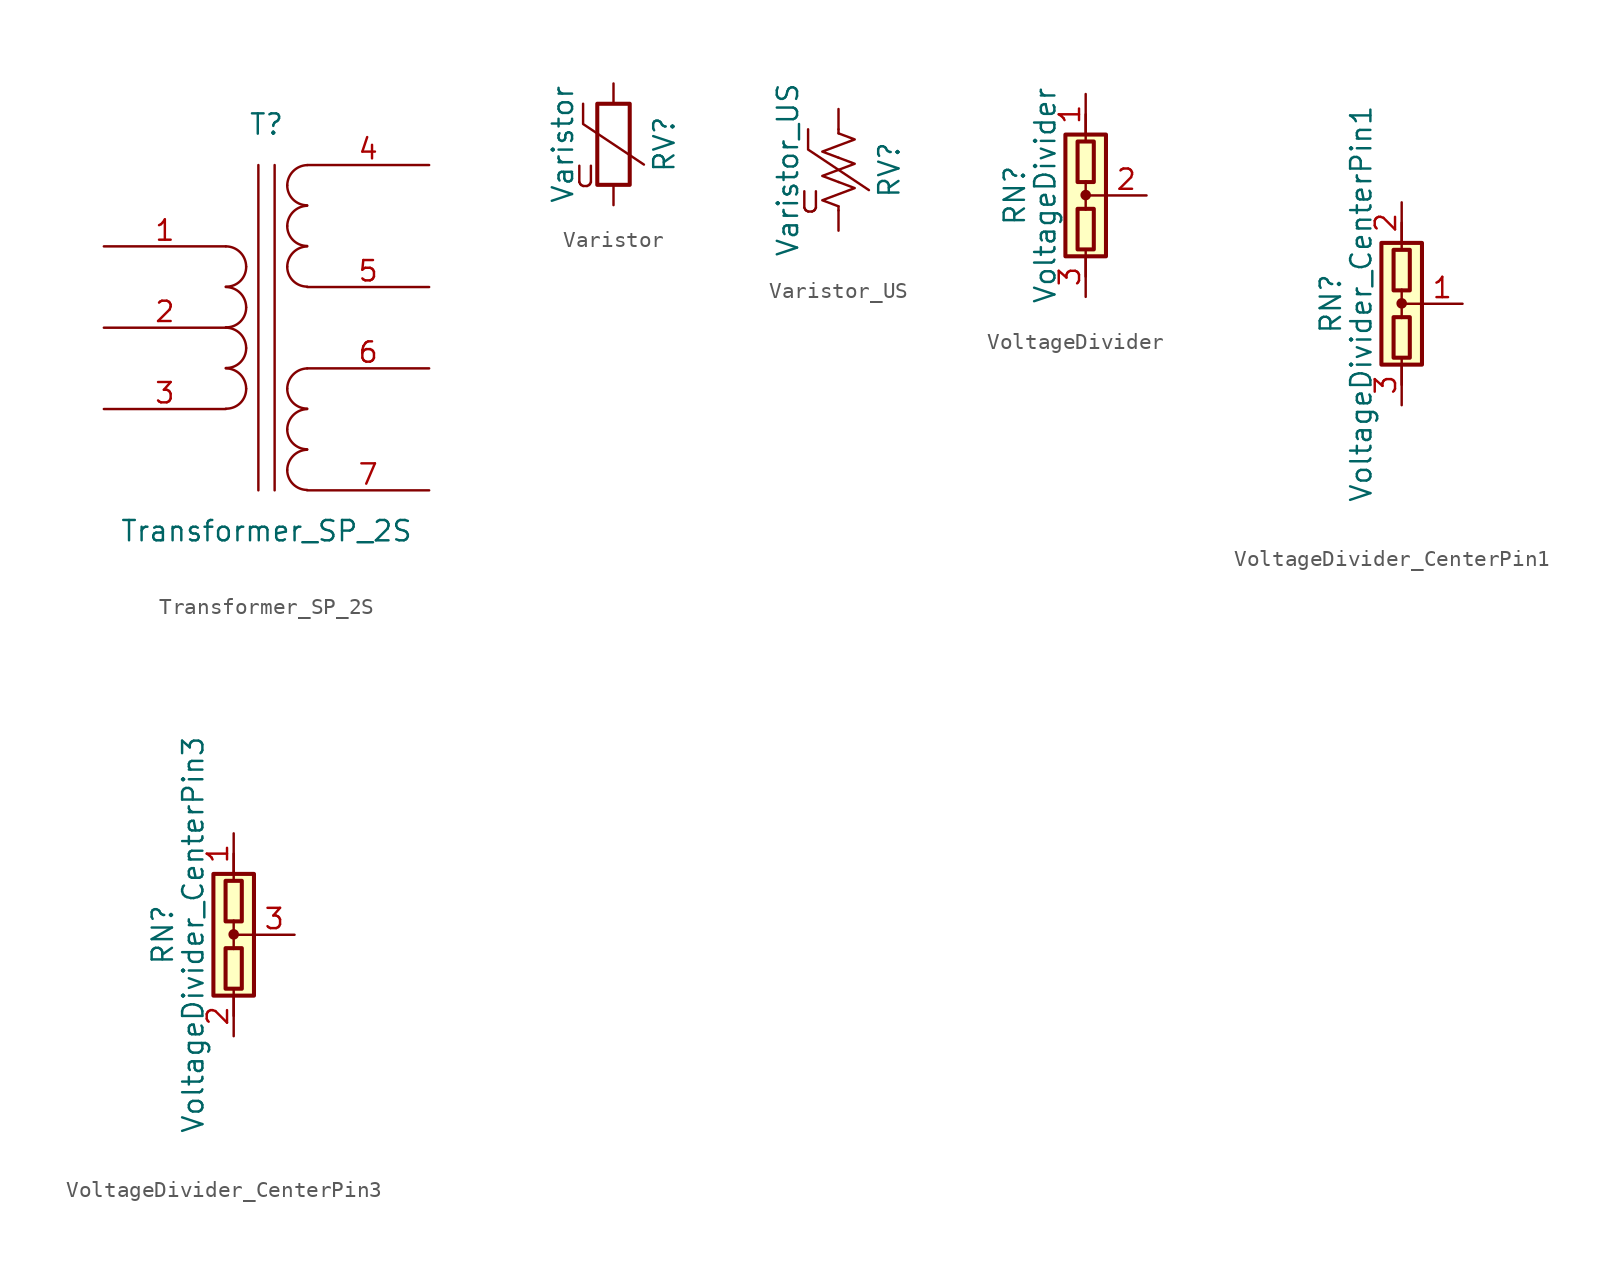
<source format=kicad_sym>
(kicad_symbol_lib
  (version 20241209)
  (generator "kicad_symbol_editor")
  (generator_version "9.0")
  (symbol "Transformer_SP_2S"
    (pin_names
      (offset 1.016)
      (hide yes))
    (property "Reference" "T"
      (at 0 12.7 0)
      (effects (font (size 1.27 1.27))))
    (property "Value" "Transformer_SP_2S"
      (at 0 -12.7 0)
      (effects (font (size 1.27 1.27))))
    (symbol "Transformer_SP_2S_0_1"
      (arc (start -2.54 5.08) (mid -1.642 4.708) (end -1.27 3.81) (stroke (width 0) (type solid)) (fill (type none)))
      (arc (start -1.27 3.81) (mid -1.642 2.912) (end -2.54 2.5654) (stroke (width 0) (type solid)) (fill (type none)))
      (arc (start -2.54 2.54) (mid -1.642 2.168) (end -1.27 1.27) (stroke (width 0) (type solid)) (fill (type none)))
      (arc (start -1.27 1.27) (mid -1.642 0.372) (end -2.54 0.0254) (stroke (width 0) (type solid)) (fill (type none)))
      (arc (start -2.54 0) (mid -1.642 -0.372) (end -1.27 -1.27) (stroke (width 0) (type solid)) (fill (type none)))
      (arc (start -1.27 -1.27) (mid -1.642 -2.168) (end -2.54 -2.5146) (stroke (width 0) (type solid)) (fill (type none)))
      (arc (start -2.54 -2.54) (mid -1.642 -2.912) (end -1.27 -3.81) (stroke (width 0) (type solid)) (fill (type none)))
      (arc (start -1.27 -3.81) (mid -1.642 -4.708) (end -2.54 -5.0546) (stroke (width 0) (type solid)) (fill (type none)))
      (polyline (pts (xy -0.508 -10.16) (xy -0.508 10.16)) (stroke (width 0) (type solid)) (fill (type none)))
      (polyline (pts (xy 0.508 10.16) (xy 0.508 -10.16)) (stroke (width 0) (type solid)) (fill (type none)))
      (arc (start 1.2954 8.89) (mid 1.6599 9.7701) (end 2.54 10.16) (stroke (width 0) (type solid)) (fill (type none)))
      (arc (start 2.54 7.6454) (mid 1.6599 8.0099) (end 1.2954 8.89) (stroke (width 0) (type solid)) (fill (type none)))
      (arc (start 1.2954 6.35) (mid 1.6599 7.2301) (end 2.54 7.62) (stroke (width 0) (type solid)) (fill (type none)))
      (arc (start 2.54 5.1054) (mid 1.6599 5.4699) (end 1.2954 6.35) (stroke (width 0) (type solid)) (fill (type none)))
      (arc (start 1.2954 3.81) (mid 1.6599 4.6901) (end 2.54 5.08) (stroke (width 0) (type solid)) (fill (type none)))
      (arc (start 2.54 2.5654) (mid 1.6599 2.9299) (end 1.2954 3.81) (stroke (width 0) (type solid)) (fill (type none)))
      (arc (start 1.2954 -3.81) (mid 1.6599 -2.9299) (end 2.54 -2.54) (stroke (width 0) (type solid)) (fill (type none)))
      (arc (start 2.54 -5.0546) (mid 1.6599 -4.6901) (end 1.2954 -3.81) (stroke (width 0) (type solid)) (fill (type none)))
      (arc (start 1.2954 -6.35) (mid 1.6599 -5.4699) (end 2.54 -5.08) (stroke (width 0) (type solid)) (fill (type none)))
      (arc (start 2.54 -7.5946) (mid 1.6599 -7.2301) (end 1.2954 -6.35) (stroke (width 0) (type solid)) (fill (type none)))
      (arc (start 1.2954 -8.89) (mid 1.6599 -8.0099) (end 2.54 -7.62) (stroke (width 0) (type solid)) (fill (type none)))
      (arc (start 2.54 -10.1346) (mid 1.6599 -9.7701) (end 1.2954 -8.89) (stroke (width 0) (type solid)) (fill (type none))))
    (symbol "Transformer_SP_2S_1_1"
      (pin passive line (at -10.16 5.08 0) (length 7.62) (name "IN+" (effects (font (size 1.27 1.27)))) (number "1" (effects (font (size 1.27 1.27)))))
      (pin passive line (at -10.16 0 0) (length 7.62) (name "PM" (effects (font (size 1.27 1.27)))) (number "2" (effects (font (size 1.27 1.27)))))
      (pin passive line (at -10.16 -5.08 0) (length 7.62) (name "IN-" (effects (font (size 1.27 1.27)))) (number "3" (effects (font (size 1.27 1.27)))))
      (pin passive line (at 10.16 10.16 180) (length 7.62) (name "OUT1A" (effects (font (size 1.27 1.27)))) (number "4" (effects (font (size 1.27 1.27)))))
      (pin passive line (at 10.16 2.54 180) (length 7.62) (name "OUT1B" (effects (font (size 1.27 1.27)))) (number "5" (effects (font (size 1.27 1.27)))))
      (pin passive line (at 10.16 -2.54 180) (length 7.62) (name "OUT2A" (effects (font (size 1.27 1.27)))) (number "6" (effects (font (size 1.27 1.27)))))
      (pin passive line (at 10.16 -10.16 180) (length 7.62) (name "OUT2B" (effects (font (size 1.27 1.27)))) (number "7" (effects (font (size 1.27 1.27)))))))
  (symbol "Varistor"
    (pin_numbers
      (hide yes))
    (pin_names
      (offset 0))
    (property "Reference" "RV"
      (at 3.175 0 90)
      (effects (font (size 1.27 1.27))))
    (property "Value" "Varistor"
      (at -3.175 0 90)
      (effects (font (size 1.27 1.27))))
    (symbol "Varistor_0_0"
      (text "U" (at -1.778 -2.032 0) (effects (font (size 1.27 1.27)))))
    (symbol "Varistor_0_1"
      (polyline (pts (xy -1.905 2.54) (xy -1.905 1.27) (xy 1.905 -1.27)) (stroke (width 0) (type solid)) (fill (type none)))
      (rectangle (start -1.016 -2.54) (end 1.016 2.54) (stroke (width 0.254) (type solid)) (fill (type none))))
    (symbol "Varistor_1_1"
      (pin passive line (at 0 3.81 270) (length 1.27) (name "~" (effects (font (size 1.27 1.27)))) (number "1" (effects (font (size 1.27 1.27)))))
      (pin passive line (at 0 -3.81 90) (length 1.27) (name "~" (effects (font (size 1.27 1.27)))) (number "2" (effects (font (size 1.27 1.27)))))))
  (symbol "Varistor_US"
    (pin_numbers
      (hide yes))
    (pin_names
      (offset 0))
    (property "Reference" "RV"
      (at 3.175 0 90)
      (effects (font (size 1.27 1.27))))
    (property "Value" "Varistor_US"
      (at -3.175 0 90)
      (effects (font (size 1.27 1.27))))
    (symbol "Varistor_US_0_0"
      (text "U" (at -1.778 -2.032 0) (effects (font (size 1.27 1.27)))))
    (symbol "Varistor_US_0_1"
      (polyline (pts (xy -1.905 2.54) (xy -1.905 1.27) (xy 1.905 -1.27)) (stroke (width 0) (type solid)) (fill (type none)))
      (polyline (pts (xy 0 2.286) (xy 0 2.54)) (stroke (width 0) (type solid)) (fill (type none)))
      (polyline (pts (xy 0 2.286) (xy 1.016 1.905) (xy 0 1.524) (xy -1.016 1.143) (xy 0 0.762)) (stroke (width 0) (type solid)) (fill (type none)))
      (polyline (pts (xy 0 0.762) (xy 1.016 0.381) (xy 0 0) (xy -1.016 -0.381) (xy 0 -0.762)) (stroke (width 0) (type solid)) (fill (type none)))
      (polyline (pts (xy 0 -0.762) (xy 1.016 -1.143) (xy 0 -1.524) (xy -1.016 -1.905) (xy 0 -2.286)) (stroke (width 0) (type solid)) (fill (type none)))
      (polyline (pts (xy 0 -2.286) (xy 0 -2.54)) (stroke (width 0) (type solid)) (fill (type none))))
    (symbol "Varistor_US_1_1"
      (pin passive line (at 0 3.81 270) (length 1.27) (name "~" (effects (font (size 1.27 1.27)))) (number "1" (effects (font (size 1.27 1.27)))))
      (pin passive line (at 0 -3.81 90) (length 1.27) (name "~" (effects (font (size 1.27 1.27)))) (number "2" (effects (font (size 1.27 1.27)))))))
  (symbol "VoltageDivider"
    (pin_names
      (offset 0)
      (hide yes))
    (property "Reference" "RN"
      (at -4.445 0 90)
      (effects (font (size 1.27 1.27))))
    (property "Value" "VoltageDivider"
      (at -2.54 0 90)
      (effects (font (size 1.27 1.27))))
    (symbol "VoltageDivider_0_1"
      (rectangle (start -1.27 -3.81) (end 1.27 3.81) (stroke (width 0.254) (type solid)) (fill (type background)))
      (rectangle (start -0.508 3.378) (end 0.508 0.838) (stroke (width 0.254) (type solid)) (fill (type none)))
      (rectangle (start -0.508 -3.378) (end 0.508 -0.838) (stroke (width 0.254) (type solid)) (fill (type none)))
      (polyline (pts (xy 0 5.08) (xy 0 3.378)) (stroke (width 0) (type solid)) (fill (type none)))
      (polyline (pts (xy 0 0.889) (xy 0 -0.889)) (stroke (width 0) (type solid)) (fill (type none)))
      (circle (center 0 0.025) (radius 0.254) (stroke (width 0) (type solid)) (fill (type outline)))
      (polyline (pts (xy 0 -5.08) (xy 0 -3.429)) (stroke (width 0) (type solid)) (fill (type none)))
      (polyline (pts (xy 1.27 0) (xy 0 0)) (stroke (width 0) (type solid)) (fill (type none))))
    (symbol "VoltageDivider_1_1"
      (pin passive line (at 0 6.35 270) (length 2.54) (name "~" (effects (font (size 1.27 1.27)))) (number "1" (effects (font (size 1.27 1.27)))))
      (pin passive line (at 0 -6.35 90) (length 2.54) (name "~" (effects (font (size 1.27 1.27)))) (number "3" (effects (font (size 1.27 1.27)))))
      (pin passive line (at 3.81 0 180) (length 2.54) (name "~" (effects (font (size 1.27 1.27)))) (number "2" (effects (font (size 1.27 1.27)))))))
  (symbol "VoltageDivider_CenterPin1"
    (pin_names
      (offset 0)
      (hide yes))
    (property "Reference" "RN"
      (at -4.445 0 90)
      (effects (font (size 1.27 1.27))))
    (property "Value" "VoltageDivider_CenterPin1"
      (at -2.54 0 90)
      (effects (font (size 1.27 1.27))))
    (symbol "VoltageDivider_CenterPin1_0_1"
      (rectangle (start -1.27 -3.81) (end 1.27 3.81) (stroke (width 0.254) (type solid)) (fill (type background)))
      (rectangle (start -0.508 3.378) (end 0.508 0.838) (stroke (width 0.254) (type solid)) (fill (type none)))
      (rectangle (start -0.508 -3.378) (end 0.508 -0.838) (stroke (width 0.254) (type solid)) (fill (type none)))
      (polyline (pts (xy 0 5.08) (xy 0 3.378)) (stroke (width 0) (type solid)) (fill (type none)))
      (polyline (pts (xy 0 0.889) (xy 0 -0.889)) (stroke (width 0) (type solid)) (fill (type none)))
      (circle (center 0 0.025) (radius 0.254) (stroke (width 0) (type solid)) (fill (type outline)))
      (polyline (pts (xy 0 -5.08) (xy 0 -3.429)) (stroke (width 0) (type solid)) (fill (type none)))
      (polyline (pts (xy 1.27 0) (xy 0 0)) (stroke (width 0) (type solid)) (fill (type none))))
    (symbol "VoltageDivider_CenterPin1_1_1"
      (pin passive line (at 0 6.35 270) (length 2.54) (name "~" (effects (font (size 1.27 1.27)))) (number "2" (effects (font (size 1.27 1.27)))))
      (pin passive line (at 0 -6.35 90) (length 2.54) (name "~" (effects (font (size 1.27 1.27)))) (number "3" (effects (font (size 1.27 1.27)))))
      (pin passive line (at 3.81 0 180) (length 2.54) (name "~" (effects (font (size 1.27 1.27)))) (number "1" (effects (font (size 1.27 1.27)))))))
  (symbol "VoltageDivider_CenterPin3"
    (pin_names
      (offset 0)
      (hide yes))
    (property "Reference" "RN"
      (at -4.445 0 90)
      (effects (font (size 1.27 1.27))))
    (property "Value" "VoltageDivider_CenterPin3"
      (at -2.54 0 90)
      (effects (font (size 1.27 1.27))))
    (symbol "VoltageDivider_CenterPin3_0_1"
      (rectangle (start -1.27 -3.81) (end 1.27 3.81) (stroke (width 0.254) (type solid)) (fill (type background)))
      (rectangle (start -0.508 3.378) (end 0.508 0.838) (stroke (width 0.254) (type solid)) (fill (type none)))
      (rectangle (start -0.508 -3.378) (end 0.508 -0.838) (stroke (width 0.254) (type solid)) (fill (type none)))
      (polyline (pts (xy 0 5.08) (xy 0 3.378)) (stroke (width 0) (type solid)) (fill (type none)))
      (polyline (pts (xy 0 0.889) (xy 0 -0.889)) (stroke (width 0) (type solid)) (fill (type none)))
      (circle (center 0 0.025) (radius 0.254) (stroke (width 0) (type solid)) (fill (type outline)))
      (polyline (pts (xy 0 -5.08) (xy 0 -3.429)) (stroke (width 0) (type solid)) (fill (type none)))
      (polyline (pts (xy 1.27 0) (xy 0 0)) (stroke (width 0) (type solid)) (fill (type none))))
    (symbol "VoltageDivider_CenterPin3_1_1"
      (pin passive line (at 0 6.35 270) (length 2.54) (name "~" (effects (font (size 1.27 1.27)))) (number "1" (effects (font (size 1.27 1.27)))))
      (pin passive line (at 0 -6.35 90) (length 2.54) (name "~" (effects (font (size 1.27 1.27)))) (number "2" (effects (font (size 1.27 1.27)))))
      (pin passive line (at 3.81 0 180) (length 2.54) (name "~" (effects (font (size 1.27 1.27)))) (number "3" (effects (font (size 1.27 1.27))))))))
</source>
